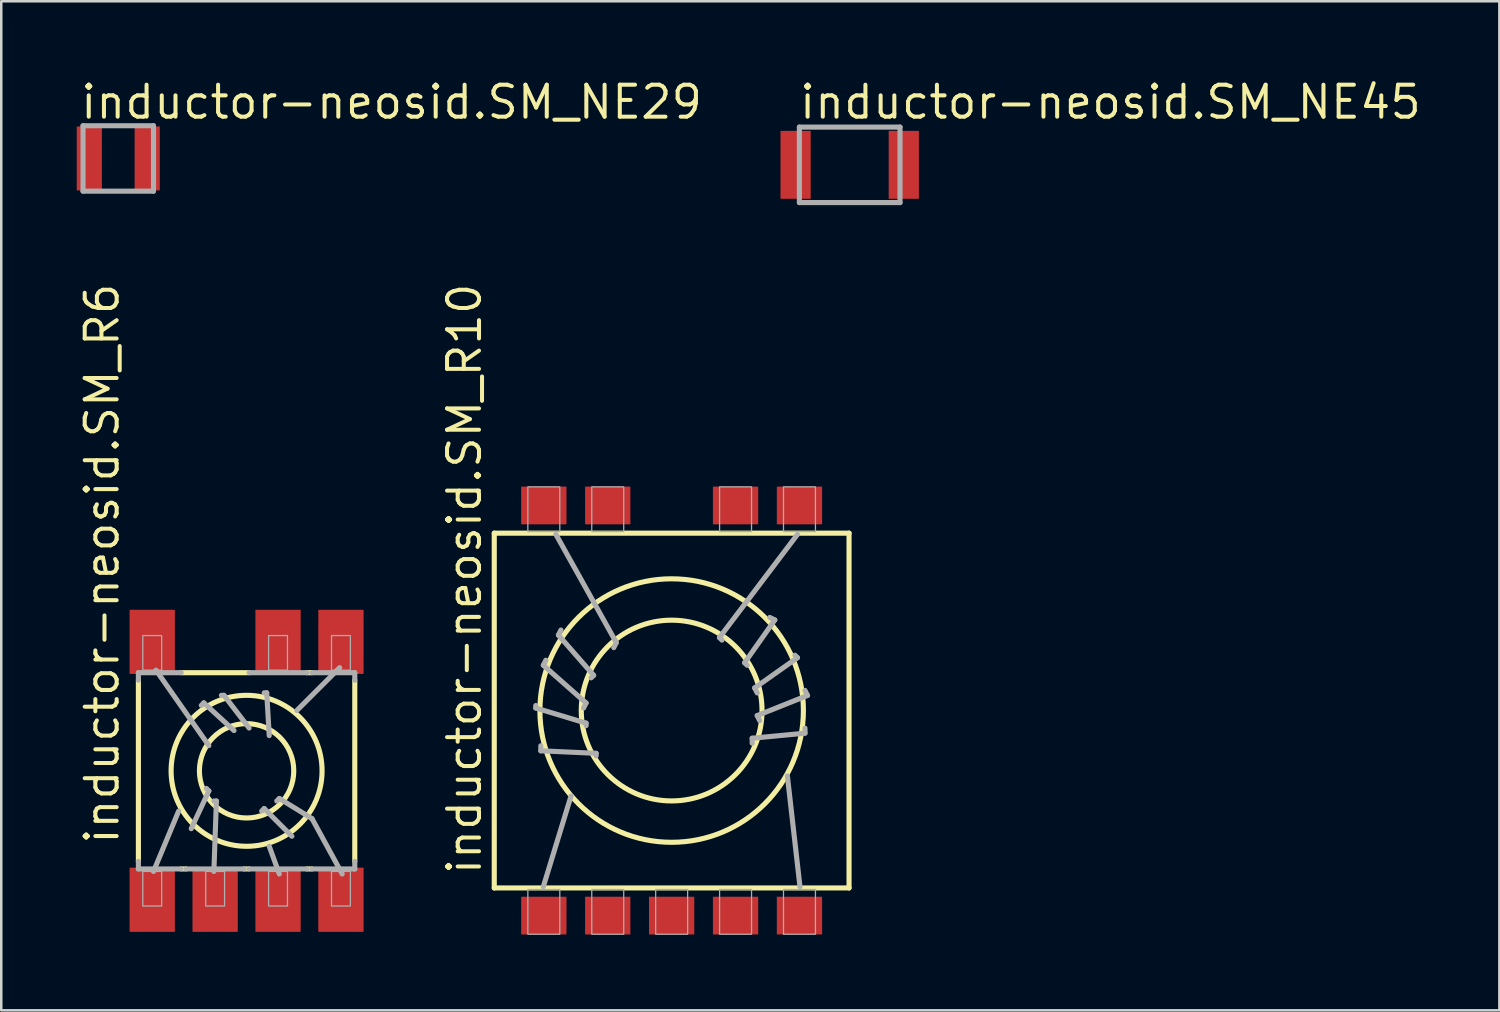
<source format=kicad_pcb>
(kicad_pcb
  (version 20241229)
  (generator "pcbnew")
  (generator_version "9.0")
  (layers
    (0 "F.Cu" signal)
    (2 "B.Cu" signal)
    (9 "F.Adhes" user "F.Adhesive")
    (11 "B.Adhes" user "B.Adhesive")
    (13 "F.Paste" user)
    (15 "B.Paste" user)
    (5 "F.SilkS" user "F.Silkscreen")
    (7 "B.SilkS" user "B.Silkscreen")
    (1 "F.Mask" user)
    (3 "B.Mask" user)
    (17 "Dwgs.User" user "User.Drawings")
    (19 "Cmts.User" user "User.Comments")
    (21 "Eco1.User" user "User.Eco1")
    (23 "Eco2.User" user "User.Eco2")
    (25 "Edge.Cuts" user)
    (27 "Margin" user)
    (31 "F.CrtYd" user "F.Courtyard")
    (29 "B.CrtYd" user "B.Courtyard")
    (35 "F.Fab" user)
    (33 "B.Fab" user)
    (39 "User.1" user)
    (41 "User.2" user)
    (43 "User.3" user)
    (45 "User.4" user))
  (footprint "inductor-neosid.SM_R10"
    (layer "F.Cu")
    (at 23.643 25.189)
    (property "Reference" "inductor-neosid.SM_R10" (at -7.493 6.604 90) (layer "F.SilkS") (effects (font (size 1.27 1.27) (thickness 0.16)) (justify left bottom)))
    (attr smd)
    (fp_line (start -7.05 -7.05) (end -7.05 7.05) (stroke (width 0.203) (type default)) (layer "F.SilkS"))
    (fp_line (start -7.05 7.05) (end 7.05 7.05) (stroke (width 0.203) (type default)) (layer "F.SilkS"))
    (fp_line (start 7.05 -7.05) (end -7.05 -7.05) (stroke (width 0.203) (type default)) (layer "F.SilkS"))
    (fp_line (start 7.05 7.05) (end 7.05 -7.05) (stroke (width 0.203) (type default)) (layer "F.SilkS"))
    (fp_circle (center 0 0) (end 3.592 0) (stroke (width 0.203) (type default)) (fill no) (layer "F.SilkS"))
    (fp_circle (center 0 0) (end 5.236 0) (stroke (width 0.203) (type default)) (fill no) (layer "F.SilkS"))
    (fp_line (start -5.4 -0.2) (end -5.4 -0.1) (stroke (width 0.203) (type default)) (layer "F.Fab"))
    (fp_line (start -5.4 -0.1) (end -3.4 0.5) (stroke (width 0.203) (type default)) (layer "F.Fab"))
    (fp_line (start -5.2 1.4) (end -5.2 1.6) (stroke (width 0.203) (type default)) (layer "F.Fab"))
    (fp_line (start -5.2 1.6) (end -3 1.7) (stroke (width 0.203) (type default)) (layer "F.Fab"))
    (fp_line (start -5.1 -1.8) (end -3.4 -0.3) (stroke (width 0.203) (type default)) (layer "F.Fab"))
    (fp_line (start -5 -2) (end -5.1 -1.8) (stroke (width 0.203) (type default)) (layer "F.Fab"))
    (fp_line (start -4.6 -7) (end -2.2 -2.7) (stroke (width 0.203) (type default)) (layer "F.Fab"))
    (fp_line (start -4.5 -3) (end -3.1 -1.4) (stroke (width 0.203) (type default)) (layer "F.Fab"))
    (fp_line (start -4.4 -3.2) (end -4.5 -3) (stroke (width 0.203) (type default)) (layer "F.Fab"))
    (fp_line (start -4 3.4) (end -5.1 7) (stroke (width 0.203) (type default)) (layer "F.Fab"))
    (fp_line (start -3.4 -0.3) (end -3.5 -0.1) (stroke (width 0.203) (type default)) (layer "F.Fab"))
    (fp_line (start -3.4 0.5) (end -3.4 0.6) (stroke (width 0.203) (type default)) (layer "F.Fab"))
    (fp_line (start -3.1 -1.4) (end -3.2 -1.3) (stroke (width 0.203) (type default)) (layer "F.Fab"))
    (fp_line (start -3 1.7) (end -3 1.8) (stroke (width 0.203) (type default)) (layer "F.Fab"))
    (fp_line (start -2.2 -2.7) (end -2.3 -2.5) (stroke (width 0.203) (type default)) (layer "F.Fab"))
    (fp_line (start 1.9 -2.9) (end 2 -2.8) (stroke (width 0.203) (type default)) (layer "F.Fab"))
    (fp_line (start 2.9 -1.9) (end 3 -1.8) (stroke (width 0.203) (type default)) (layer "F.Fab"))
    (fp_line (start 3.2 1.1) (end 3.2 1.3) (stroke (width 0.203) (type default)) (layer "F.Fab"))
    (fp_line (start 3.3 -0.9) (end 3.4 -0.7) (stroke (width 0.203) (type default)) (layer "F.Fab"))
    (fp_line (start 3.4 0.2) (end 3.5 0.4) (stroke (width 0.203) (type default)) (layer "F.Fab"))
    (fp_line (start 3.9 -3.7) (end 4.1 -3.6) (stroke (width 0.203) (type default)) (layer "F.Fab"))
    (fp_line (start 4.1 -3.6) (end 2.9 -1.9) (stroke (width 0.203) (type default)) (layer "F.Fab"))
    (fp_line (start 4.6 2.6) (end 5.1 7) (stroke (width 0.203) (type default)) (layer "F.Fab"))
    (fp_line (start 4.9 -2.2) (end 5 -2.1) (stroke (width 0.203) (type default)) (layer "F.Fab"))
    (fp_line (start 5 -7) (end 1.9 -2.9) (stroke (width 0.203) (type default)) (layer "F.Fab"))
    (fp_line (start 5 -2.1) (end 3.3 -0.9) (stroke (width 0.203) (type default)) (layer "F.Fab"))
    (fp_line (start 5.3 -0.8) (end 5.4 -0.6) (stroke (width 0.203) (type default)) (layer "F.Fab"))
    (fp_line (start 5.3 0.7) (end 5.3 0.9) (stroke (width 0.203) (type default)) (layer "F.Fab"))
    (fp_line (start 5.3 0.9) (end 3.2 1.1) (stroke (width 0.203) (type default)) (layer "F.Fab"))
    (fp_line (start 5.4 -0.6) (end 3.4 0.2) (stroke (width 0.203) (type default)) (layer "F.Fab"))
    (fp_rect (start -5.715 -7.112) (end -4.445 -8.89) (stroke (width 0.05) (type default)) (fill no) (layer "F.Fab"))
    (fp_rect (start -5.715 8.89) (end -4.445 7.112) (stroke (width 0.05) (type default)) (fill no) (layer "F.Fab"))
    (fp_rect (start -3.175 -7.112) (end -1.905 -8.89) (stroke (width 0.05) (type default)) (fill no) (layer "F.Fab"))
    (fp_rect (start -3.175 8.89) (end -1.905 7.112) (stroke (width 0.05) (type default)) (fill no) (layer "F.Fab"))
    (fp_rect (start -0.635 8.89) (end 0.635 7.112) (stroke (width 0.05) (type default)) (fill no) (layer "F.Fab"))
    (fp_rect (start 1.905 -7.112) (end 3.175 -8.89) (stroke (width 0.05) (type default)) (fill no) (layer "F.Fab"))
    (fp_rect (start 1.905 8.89) (end 3.175 7.112) (stroke (width 0.05) (type default)) (fill no) (layer "F.Fab"))
    (fp_rect (start 4.445 -7.112) (end 5.715 -8.89) (stroke (width 0.05) (type default)) (fill no) (layer "F.Fab"))
    (fp_rect (start 4.445 8.89) (end 5.715 7.112) (stroke (width 0.05) (type default)) (fill no) (layer "F.Fab"))
    (pad "1" smd roundrect (at -5.08 -8.15) (size 1.8 1.5) (layers "F.Cu" "F.Mask" "F.Paste") (roundrect_rratio 0.01))
    (pad "2" smd roundrect (at -2.54 -8.15) (size 1.8 1.5) (layers "F.Cu" "F.Mask" "F.Paste") (roundrect_rratio 0.01))
    (pad "4" smd roundrect (at 2.54 -8.15) (size 1.8 1.5) (layers "F.Cu" "F.Mask" "F.Paste") (roundrect_rratio 0.01))
    (pad "5" smd roundrect (at 5.08 -8.15) (size 1.8 1.5) (layers "F.Cu" "F.Mask" "F.Paste") (roundrect_rratio 0.01))
    (pad "6" smd roundrect (at 5.08 8.15) (size 1.8 1.5) (layers "F.Cu" "F.Mask" "F.Paste") (roundrect_rratio 0.01))
    (pad "7" smd roundrect (at 2.54 8.15) (size 1.8 1.5) (layers "F.Cu" "F.Mask" "F.Paste") (roundrect_rratio 0.01))
    (pad "8" smd roundrect (at 0 8.15) (size 1.8 1.5) (layers "F.Cu" "F.Mask" "F.Paste") (roundrect_rratio 0.01))
    (pad "9" smd roundrect (at -2.54 8.15) (size 1.8 1.5) (layers "F.Cu" "F.Mask" "F.Paste") (roundrect_rratio 0.01))
    (pad "10" smd roundrect (at -5.08 8.15) (size 1.8 1.5) (layers "F.Cu" "F.Mask" "F.Paste") (roundrect_rratio 0.01)))
  (footprint "inductor-neosid.SM_R6"
    (layer "F.Cu")
    (at 6.75 27.584)
    (property "Reference" "inductor-neosid.SM_R6" (at -5 3 90) (layer "F.SilkS") (effects (font (size 1.27 1.27) (thickness 0.16)) (justify left bottom)))
    (attr smd)
    (fp_line (start -4.3 -3.6) (end -4.3 3.6) (stroke (width 0.203) (type default)) (layer "F.SilkS"))
    (fp_line (start -2.4 3.9) (end -2.6 3.9) (stroke (width 0.203) (type default)) (layer "F.SilkS"))
    (fp_line (start 0.1 -3.9) (end -2.6 -3.9) (stroke (width 0.203) (type default)) (layer "F.SilkS"))
    (fp_line (start 0.1 3.9) (end -0.1 3.9) (stroke (width 0.203) (type default)) (layer "F.SilkS"))
    (fp_line (start 2.6 -3.9) (end 2.4 -3.9) (stroke (width 0.203) (type default)) (layer "F.SilkS"))
    (fp_line (start 2.6 3.9) (end 2.4 3.9) (stroke (width 0.203) (type default)) (layer "F.SilkS"))
    (fp_line (start 4.3 -3.6) (end 4.3 3.6) (stroke (width 0.203) (type default)) (layer "F.SilkS"))
    (fp_circle (center 0 0) (end 1.875 0) (stroke (width 0.203) (type default)) (fill no) (layer "F.SilkS"))
    (fp_circle (center 0 0) (end 3 0) (stroke (width 0.203) (type default)) (fill no) (layer "F.SilkS"))
    (fp_line (start -4.3 -3.9) (end -4.3 -3.6) (stroke (width 0.203) (type default)) (layer "F.Fab"))
    (fp_line (start -4.3 3.6) (end -4.3 3.9) (stroke (width 0.203) (type default)) (layer "F.Fab"))
    (fp_line (start -4.3 3.9) (end -2.6 3.9) (stroke (width 0.203) (type default)) (layer "F.Fab"))
    (fp_line (start -3.7 4) (end -2.7 1.6) (stroke (width 0.203) (type default)) (layer "F.Fab"))
    (fp_line (start -3.6 -4) (end -1.5 -1) (stroke (width 0.203) (type default)) (layer "F.Fab"))
    (fp_line (start -2.6 -3.9) (end -4.3 -3.9) (stroke (width 0.203) (type default)) (layer "F.Fab"))
    (fp_line (start -2.4 3.9) (end -0.1 3.9) (stroke (width 0.203) (type default)) (layer "F.Fab"))
    (fp_line (start -1.8 -2.6) (end -1.7 -2.7) (stroke (width 0.203) (type default)) (layer "F.Fab"))
    (fp_line (start -1.7 -2.7) (end -0.5 -1.6) (stroke (width 0.203) (type default)) (layer "F.Fab"))
    (fp_line (start -1.6 0.7) (end -1.5 0.8) (stroke (width 0.203) (type default)) (layer "F.Fab"))
    (fp_line (start -1.5 0.8) (end -2.2 2.3) (stroke (width 0.203) (type default)) (layer "F.Fab"))
    (fp_line (start -1.3 1.2) (end -1.2 1.2) (stroke (width 0.203) (type default)) (layer "F.Fab"))
    (fp_line (start -1.2 1.2) (end -1.3 4) (stroke (width 0.203) (type default)) (layer "F.Fab"))
    (fp_line (start -1 -3) (end -0.9 -3) (stroke (width 0.203) (type default)) (layer "F.Fab"))
    (fp_line (start -0.9 -3) (end 0.1 -1.7) (stroke (width 0.203) (type default)) (layer "F.Fab"))
    (fp_line (start 0.1 3.9) (end 2.4 3.9) (stroke (width 0.203) (type default)) (layer "F.Fab"))
    (fp_line (start 0.6 1.6) (end 0.7 1.5) (stroke (width 0.203) (type default)) (layer "F.Fab"))
    (fp_line (start 0.7 -3.1) (end 0.8 -3.1) (stroke (width 0.203) (type default)) (layer "F.Fab"))
    (fp_line (start 0.7 1.5) (end 1.8 2.6) (stroke (width 0.203) (type default)) (layer "F.Fab"))
    (fp_line (start 0.8 -3.1) (end 0.9 -1.4) (stroke (width 0.203) (type default)) (layer "F.Fab"))
    (fp_line (start 1.2 1.2) (end 1.3 1.1) (stroke (width 0.203) (type default)) (layer "F.Fab"))
    (fp_line (start 1.3 1.1) (end 2.6 1.9) (stroke (width 0.203) (type default)) (layer "F.Fab"))
    (fp_line (start 1.3 4.1) (end 0.9 3) (stroke (width 0.203) (type default)) (layer "F.Fab"))
    (fp_line (start 2.4 -3.9) (end 0.1 -3.9) (stroke (width 0.203) (type default)) (layer "F.Fab"))
    (fp_line (start 2.6 1.9) (end 3.8 4.1) (stroke (width 0.203) (type default)) (layer "F.Fab"))
    (fp_line (start 2.6 3.9) (end 4.3 3.9) (stroke (width 0.203) (type default)) (layer "F.Fab"))
    (fp_line (start 3.7 -4.1) (end 2 -2.4) (stroke (width 0.203) (type default)) (layer "F.Fab"))
    (fp_line (start 4.3 -3.9) (end 2.6 -3.9) (stroke (width 0.203) (type default)) (layer "F.Fab"))
    (fp_line (start 4.3 -3.6) (end 4.3 -3.9) (stroke (width 0.203) (type default)) (layer "F.Fab"))
    (fp_line (start 4.3 3.9) (end 4.3 3.6) (stroke (width 0.203) (type default)) (layer "F.Fab"))
    (fp_rect (start -4.125 -4) (end -3.375 -5.375) (stroke (width 0.05) (type default)) (fill no) (layer "F.Fab"))
    (fp_rect (start -4.125 5.375) (end -3.375 4) (stroke (width 0.05) (type default)) (fill no) (layer "F.Fab"))
    (fp_rect (start -1.625 5.375) (end -0.875 4) (stroke (width 0.05) (type default)) (fill no) (layer "F.Fab"))
    (fp_rect (start 0.875 -4) (end 1.625 -5.375) (stroke (width 0.05) (type default)) (fill no) (layer "F.Fab"))
    (fp_rect (start 0.875 5.375) (end 1.625 4) (stroke (width 0.05) (type default)) (fill no) (layer "F.Fab"))
    (fp_rect (start 3.375 -4) (end 4.125 -5.375) (stroke (width 0.05) (type default)) (fill no) (layer "F.Fab"))
    (fp_rect (start 3.375 5.375) (end 4.125 4) (stroke (width 0.05) (type default)) (fill no) (layer "F.Fab"))
    (pad "1" smd roundrect (at -3.75 -5.125) (size 1.8 2.55) (layers "F.Cu" "F.Mask" "F.Paste") (roundrect_rratio 0.01))
    (pad "3" smd roundrect (at 1.25 -5.125) (size 1.8 2.55) (layers "F.Cu" "F.Mask" "F.Paste") (roundrect_rratio 0.01))
    (pad "4" smd roundrect (at 3.75 -5.125) (size 1.8 2.55) (layers "F.Cu" "F.Mask" "F.Paste") (roundrect_rratio 0.01))
    (pad "5" smd roundrect (at 3.75 5.125) (size 1.8 2.55) (layers "F.Cu" "F.Mask" "F.Paste") (roundrect_rratio 0.01))
    (pad "6" smd roundrect (at 1.25 5.125) (size 1.8 2.55) (layers "F.Cu" "F.Mask" "F.Paste") (roundrect_rratio 0.01))
    (pad "7" smd roundrect (at -1.25 5.125) (size 1.8 2.55) (layers "F.Cu" "F.Mask" "F.Paste") (roundrect_rratio 0.01))
    (pad "8" smd roundrect (at -3.75 5.125) (size 1.8 2.55) (layers "F.Cu" "F.Mask" "F.Paste") (roundrect_rratio 0.01)))
  (footprint "inductor-neosid.SM_NE29"
    (layer "F.Cu")
    (at 1.65 3.247)
    (property "Reference" "inductor-neosid.SM_NE29" (at -1.581 -1.497 0) (layer "F.SilkS") (effects (font (size 1.27 1.27) (thickness 0.16)) (justify left bottom)))
    (attr smd)
    (fp_line (start -1.4 -1.3) (end 1.4 -1.3) (stroke (width 0.203) (type default)) (layer "F.Fab"))
    (fp_line (start -1.4 1.3) (end -1.4 -1.3) (stroke (width 0.203) (type default)) (layer "F.Fab"))
    (fp_line (start 1.4 -1.3) (end 1.4 1.3) (stroke (width 0.203) (type default)) (layer "F.Fab"))
    (fp_line (start 1.4 1.3) (end -1.4 1.3) (stroke (width 0.203) (type default)) (layer "F.Fab"))
    (pad "1" smd roundrect (at -1.15 0) (size 1 2.54) (layers "F.Cu" "F.Mask" "F.Paste") (roundrect_rratio 0.01))
    (pad "2" smd roundrect (at 1.15 0) (size 1 2.54) (layers "F.Cu" "F.Mask" "F.Paste") (roundrect_rratio 0.01)))
  (footprint "inductor-neosid.SM_NE45"
    (layer "F.Cu")
    (at 30.719 3.501)
    (property "Reference" "inductor-neosid.SM_NE45" (at -2.081 -1.751 0) (layer "F.SilkS") (effects (font (size 1.27 1.27) (thickness 0.16)) (justify left bottom)))
    (attr smd)
    (fp_line (start -2 -1.5) (end -2 1.5) (stroke (width 0.203) (type default)) (layer "F.Fab"))
    (fp_line (start -2 1.5) (end 2 1.5) (stroke (width 0.203) (type default)) (layer "F.Fab"))
    (fp_line (start 2 -1.5) (end -2 -1.5) (stroke (width 0.203) (type default)) (layer "F.Fab"))
    (fp_line (start 2 1.5) (end 2 -1.5) (stroke (width 0.203) (type default)) (layer "F.Fab"))
    (pad "1" smd roundrect (at -2.15 0) (size 1.2 2.7) (layers "F.Cu" "F.Mask" "F.Paste") (roundrect_rratio 0.01))
    (pad "2" smd roundrect (at 2.15 0) (size 1.2 2.7) (layers "F.Cu" "F.Mask" "F.Paste") (roundrect_rratio 0.01)))
  (gr_rect
    (start -3 -3)
    (end 56.539 37.104)
    (stroke (width 0.1) (type default))
    (fill no)
    (layer "Edge.Cuts")))
</source>
